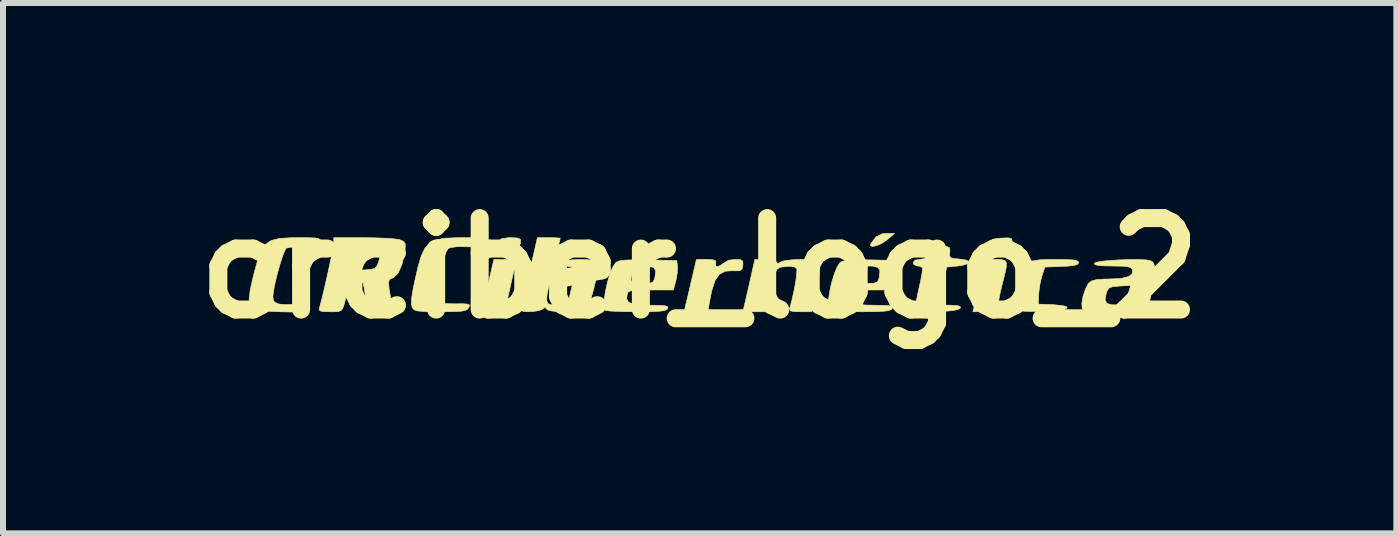
<source format=kicad_pcb>
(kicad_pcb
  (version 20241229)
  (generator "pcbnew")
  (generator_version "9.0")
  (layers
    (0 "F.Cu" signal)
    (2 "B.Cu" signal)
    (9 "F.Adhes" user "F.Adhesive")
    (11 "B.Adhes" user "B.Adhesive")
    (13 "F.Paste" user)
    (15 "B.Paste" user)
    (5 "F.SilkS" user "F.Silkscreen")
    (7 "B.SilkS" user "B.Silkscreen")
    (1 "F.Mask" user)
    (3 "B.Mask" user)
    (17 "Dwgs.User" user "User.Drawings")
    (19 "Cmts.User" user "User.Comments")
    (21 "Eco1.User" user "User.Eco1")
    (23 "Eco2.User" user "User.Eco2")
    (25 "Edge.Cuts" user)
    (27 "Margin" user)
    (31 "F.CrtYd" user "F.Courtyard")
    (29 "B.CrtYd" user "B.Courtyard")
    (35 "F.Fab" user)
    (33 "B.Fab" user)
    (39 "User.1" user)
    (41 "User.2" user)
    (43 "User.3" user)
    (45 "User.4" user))
  (footprint "crciber_logo_2"
    (layer "F.Cu")
    (at 8.607 1.418)
    (property "Reference" "crciber_logo_2" (at 0 0 0) (layer "F.SilkS") (effects (font (size 1.524 1.524) (thickness 0.3))))
    (attr through_hole)
    (fp_poly (pts (xy 3.248 -0.579) (xy 3.121 -0.472) (xy 3.035 -0.413) (xy 2.949 -0.375) (xy 2.88 -0.361) (xy 2.845 -0.375) (xy 2.852 -0.408) (xy 2.938 -0.521) (xy 3.042 -0.573) (xy 3.117 -0.58) (xy 3.248 -0.579)) (stroke (width 0.01) (type solid)) (fill yes) (layer "F.SilkS"))
    (fp_poly (pts (xy -3.04 -0.503) (xy -2.987 -0.481) (xy -2.982 -0.432) (xy -2.997 -0.384) (xy -3.038 -0.346) (xy -3.13 -0.328) (xy -3.197 -0.327) (xy -3.299 -0.333) (xy -3.363 -0.348) (xy -3.375 -0.36) (xy -3.358 -0.445) (xy -3.299 -0.491) (xy -3.185 -0.508) (xy -3.153 -0.508) (xy -3.04 -0.503)) (stroke (width 0.01) (type solid)) (fill yes) (layer "F.SilkS"))
    (fp_poly (pts (xy 5.191 -0.496) (xy 5.205 -0.466) (xy 5.198 -0.419) (xy 5.18 -0.364) (xy 5.141 -0.336) (xy 5.061 -0.327) (xy 5.001 -0.327) (xy 4.894 -0.329) (xy 4.843 -0.344) (xy 4.83 -0.378) (xy 4.833 -0.408) (xy 4.849 -0.458) (xy 4.893 -0.484) (xy 4.985 -0.498) (xy 5.03 -0.501) (xy 5.138 -0.505) (xy 5.191 -0.496)) (stroke (width 0.01) (type solid)) (fill yes) (layer "F.SilkS"))
    (fp_poly (pts (xy 5.029 -0.143) (xy 5.085 -0.129) (xy 5.11 -0.09) (xy 5.108 -0.016) (xy 5.082 0.107) (xy 5.044 0.254) (xy 5.009 0.4) (xy 4.983 0.53) (xy 4.972 0.62) (xy 4.972 0.626) (xy 4.968 0.682) (xy 4.944 0.712) (xy 4.884 0.724) (xy 4.77 0.726) (xy 4.762 0.726) (xy 4.552 0.726) (xy 4.658 0.29) (xy 4.763 -0.145) (xy 4.94 -0.145) (xy 5.029 -0.143)) (stroke (width 0.01) (type solid)) (fill yes) (layer "F.SilkS"))
    (fp_poly (pts (xy -3.12 -0.141) (xy -3.066 -0.126) (xy -3.059 -0.097) (xy -3.06 -0.094) (xy -3.075 -0.039) (xy -3.102 0.07) (xy -3.135 0.215) (xy -3.163 0.341) (xy -3.246 0.726) (xy -3.442 0.726) (xy -3.554 0.724) (xy -3.609 0.712) (xy -3.623 0.684) (xy -3.615 0.644) (xy -3.598 0.574) (xy -3.569 0.454) (xy -3.533 0.303) (xy -3.511 0.209) (xy -3.429 -0.145) (xy -3.235 -0.145) (xy -3.12 -0.141)) (stroke (width 0.01) (type solid)) (fill yes) (layer "F.SilkS"))
    (fp_poly (pts (xy 0.68 -0.141) (xy 0.717 -0.119) (xy 0.721 -0.064) (xy 0.719 -0.046) (xy 0.706 0.016) (xy 0.671 0.042) (xy 0.592 0.045) (xy 0.554 0.042) (xy 0.425 0.05) (xy 0.328 0.102) (xy 0.256 0.206) (xy 0.203 0.37) (xy 0.183 0.463) (xy 0.134 0.726) (xy -0.064 0.726) (xy -0.177 0.724) (xy -0.233 0.712) (xy -0.248 0.685) (xy -0.241 0.644) (xy -0.223 0.574) (xy -0.194 0.454) (xy -0.159 0.303) (xy -0.137 0.209) (xy -0.054 -0.145) (xy 0.117 -0.145) (xy 0.222 -0.14) (xy 0.268 -0.122) (xy 0.269 -0.094) (xy 0.266 -0.038) (xy 0.305 -0.024) (xy 0.365 -0.057) (xy 0.382 -0.073) (xy 0.483 -0.133) (xy 0.589 -0.145) (xy 0.68 -0.141)) (stroke (width 0.01) (type solid)) (fill yes) (layer "F.SilkS"))
    (fp_poly (pts (xy 6.093 -0.143) (xy 6.212 -0.138) (xy 6.28 -0.126) (xy 6.31 -0.107) (xy 6.314 -0.092) (xy 6.297 -0.064) (xy 6.237 -0.045) (xy 6.124 -0.033) (xy 6.033 -0.029) (xy 5.751 -0.018) (xy 5.703 0.127) (xy 5.67 0.262) (xy 5.65 0.409) (xy 5.648 0.435) (xy 5.642 0.599) (xy 5.89 0.609) (xy 6.032 0.621) (xy 6.108 0.639) (xy 6.123 0.664) (xy 6.081 0.687) (xy 5.973 0.704) (xy 5.796 0.715) (xy 5.708 0.718) (xy 5.525 0.721) (xy 5.401 0.717) (xy 5.323 0.706) (xy 5.277 0.686) (xy 5.261 0.671) (xy 5.24 0.63) (xy 5.236 0.568) (xy 5.25 0.468) (xy 5.282 0.316) (xy 5.327 0.135) (xy 5.375 0.009) (xy 5.439 -0.072) (xy 5.533 -0.118) (xy 5.67 -0.14) (xy 5.863 -0.145) (xy 5.913 -0.145) (xy 6.093 -0.143)) (stroke (width 0.01) (type solid)) (fill yes) (layer "F.SilkS"))
    (fp_poly (pts (xy 1.208 -0.136) (xy 1.273 -0.11) (xy 1.281 -0.1) (xy 1.305 -0.073) (xy 1.345 -0.1) (xy 1.404 -0.122) (xy 1.511 -0.137) (xy 1.643 -0.145) (xy 1.777 -0.145) (xy 1.888 -0.135) (xy 1.938 -0.123) (xy 1.981 -0.072) (xy 1.994 0.04) (xy 1.977 0.213) (xy 1.933 0.445) (xy 1.869 0.726) (xy 1.676 0.726) (xy 1.564 0.723) (xy 1.51 0.71) (xy 1.498 0.681) (xy 1.502 0.662) (xy 1.538 0.527) (xy 1.572 0.377) (xy 1.599 0.231) (xy 1.616 0.108) (xy 1.621 0.029) (xy 1.618 0.014) (xy 1.579 -0.022) (xy 1.489 -0.032) (xy 1.443 -0.029) (xy 1.343 -0.016) (xy 1.289 0.017) (xy 1.253 0.091) (xy 1.242 0.123) (xy 1.21 0.238) (xy 1.174 0.386) (xy 1.152 0.495) (xy 1.108 0.726) (xy 0.913 0.726) (xy 0.801 0.724) (xy 0.746 0.712) (xy 0.731 0.684) (xy 0.739 0.644) (xy 0.756 0.574) (xy 0.784 0.454) (xy 0.819 0.302) (xy 0.84 0.209) (xy 0.919 -0.145) (xy 1.092 -0.145) (xy 1.208 -0.136)) (stroke (width 0.01) (type solid)) (fill yes) (layer "F.SilkS"))
    (fp_poly (pts (xy 4.125 -0.359) (xy 4.164 -0.338) (xy 4.169 -0.285) (xy 4.166 -0.263) (xy 4.164 -0.203) (xy 4.188 -0.172) (xy 4.256 -0.158) (xy 4.329 -0.152) (xy 4.443 -0.135) (xy 4.489 -0.107) (xy 4.468 -0.076) (xy 4.382 -0.049) (xy 4.297 -0.036) (xy 4.118 -0.018) (xy 4.058 0.2) (xy 4.025 0.334) (xy 4.001 0.454) (xy 3.994 0.517) (xy 3.997 0.576) (xy 4.022 0.605) (xy 4.088 0.616) (xy 4.176 0.617) (xy 4.291 0.623) (xy 4.342 0.642) (xy 4.345 0.662) (xy 4.302 0.689) (xy 4.207 0.708) (xy 4.079 0.719) (xy 3.938 0.722) (xy 3.804 0.716) (xy 3.696 0.701) (xy 3.634 0.677) (xy 3.631 0.674) (xy 3.611 0.632) (xy 3.609 0.565) (xy 3.627 0.456) (xy 3.657 0.319) (xy 3.688 0.179) (xy 3.708 0.067) (xy 3.714 0.000286) (xy 3.712 -0.009) (xy 3.668 -0.032) (xy 3.626 -0.036) (xy 3.569 -0.06) (xy 3.556 -0.091) (xy 3.588 -0.134) (xy 3.665 -0.145) (xy 3.75 -0.161) (xy 3.774 -0.197) (xy 3.807 -0.281) (xy 3.895 -0.339) (xy 4.024 -0.363) (xy 4.033 -0.363) (xy 4.125 -0.359)) (stroke (width 0.01) (type solid)) (fill yes) (layer "F.SilkS"))
    (fp_poly (pts (xy -3.785 -0.507) (xy -3.679 -0.502) (xy -3.623 -0.491) (xy -3.603 -0.472) (xy -3.607 -0.451) (xy -3.626 -0.387) (xy -3.628 -0.369) (xy -3.662 -0.359) (xy -3.749 -0.354) (xy -3.872 -0.356) (xy -3.884 -0.357) (xy -4.04 -0.358) (xy -4.149 -0.344) (xy -4.19 -0.327) (xy -4.223 -0.272) (xy -4.261 -0.167) (xy -4.301 -0.028) (xy -4.338 0.127) (xy -4.37 0.281) (xy -4.391 0.416) (xy -4.399 0.515) (xy -4.39 0.559) (xy -4.335 0.578) (xy -4.229 0.591) (xy -4.09 0.594) (xy -4.081 0.594) (xy -3.945 0.593) (xy -3.868 0.598) (xy -3.837 0.613) (xy -3.84 0.641) (xy -3.849 0.658) (xy -3.871 0.687) (xy -3.911 0.706) (xy -3.981 0.718) (xy -4.094 0.724) (xy -4.262 0.726) (xy -4.318 0.726) (xy -4.503 0.725) (xy -4.629 0.72) (xy -4.709 0.711) (xy -4.755 0.694) (xy -4.782 0.667) (xy -4.789 0.655) (xy -4.803 0.596) (xy -4.799 0.499) (xy -4.775 0.352) (xy -4.75 0.228) (xy -4.693 -0.019) (xy -4.639 -0.204) (xy -4.577 -0.335) (xy -4.497 -0.422) (xy -4.39 -0.474) (xy -4.246 -0.499) (xy -4.055 -0.507) (xy -3.952 -0.508) (xy -3.785 -0.507)) (stroke (width 0.01) (type solid)) (fill yes) (layer "F.SilkS"))
    (fp_poly (pts (xy -6.51 -0.507) (xy -6.405 -0.503) (xy -6.346 -0.492) (xy -6.32 -0.472) (xy -6.314 -0.439) (xy -6.314 -0.426) (xy -6.318 -0.384) (xy -6.341 -0.361) (xy -6.399 -0.352) (xy -6.506 -0.352) (xy -6.577 -0.355) (xy -6.713 -0.355) (xy -6.823 -0.348) (xy -6.886 -0.334) (xy -6.888 -0.333) (xy -6.916 -0.286) (xy -6.954 -0.185) (xy -6.997 -0.05) (xy -7.039 0.102) (xy -7.075 0.252) (xy -7.101 0.383) (xy -7.111 0.477) (xy -7.111 0.478) (xy -7.097 0.551) (xy -7.04 0.589) (xy -7.002 0.599) (xy -6.899 0.608) (xy -6.767 0.604) (xy -6.706 0.598) (xy -6.598 0.585) (xy -6.547 0.589) (xy -6.538 0.613) (xy -6.544 0.634) (xy -6.564 0.694) (xy -6.568 0.711) (xy -6.601 0.722) (xy -6.69 0.728) (xy -6.818 0.73) (xy -6.968 0.727) (xy -7.123 0.721) (xy -7.268 0.713) (xy -7.384 0.701) (xy -7.455 0.688) (xy -7.468 0.682) (xy -7.5 0.622) (xy -7.507 0.523) (xy -7.49 0.377) (xy -7.447 0.175) (xy -7.423 0.081) (xy -7.363 -0.137) (xy -7.304 -0.293) (xy -7.232 -0.398) (xy -7.136 -0.462) (xy -7.001 -0.495) (xy -6.816 -0.507) (xy -6.674 -0.508) (xy -6.51 -0.507)) (stroke (width 0.01) (type solid)) (fill yes) (layer "F.SilkS"))
    (fp_poly (pts (xy -2.406 -0.506) (xy -2.337 -0.502) (xy -2.323 -0.499) (xy -2.331 -0.462) (xy -2.354 -0.376) (xy -2.376 -0.292) (xy -2.406 -0.161) (xy -2.409 -0.091) (xy -2.383 -0.073) (xy -2.324 -0.099) (xy -2.321 -0.101) (xy -2.247 -0.124) (xy -2.127 -0.139) (xy -1.989 -0.145) (xy -1.861 -0.141) (xy -1.768 -0.125) (xy -1.763 -0.123) (xy -1.72 -0.075) (xy -1.708 0.026) (xy -1.728 0.185) (xy -1.764 0.343) (xy -1.814 0.514) (xy -1.871 0.625) (xy -1.952 0.689) (xy -2.072 0.719) (xy -2.248 0.726) (xy -2.248 0.726) (xy -2.416 0.72) (xy -2.516 0.704) (xy -2.551 0.68) (xy -2.575 0.653) (xy -2.615 0.68) (xy -2.671 0.705) (xy -2.76 0.72) (xy -2.858 0.726) (xy -2.938 0.72) (xy -2.975 0.701) (xy -2.976 0.699) (xy -2.968 0.656) (xy -2.946 0.555) (xy -2.944 0.541) (xy -2.549 0.541) (xy -2.525 0.593) (xy -2.464 0.611) (xy -2.365 0.61) (xy -2.197 0.599) (xy -2.133 0.327) (xy -2.104 0.191) (xy -2.087 0.079) (xy -2.084 0.014) (xy -2.086 0.009) (xy -2.13 -0.021) (xy -2.221 -0.036) (xy -2.244 -0.036) (xy -2.338 -0.03) (xy -2.402 -0.001) (xy -2.447 0.063) (xy -2.484 0.176) (xy -2.512 0.29) (xy -2.543 0.445) (xy -2.549 0.541) (xy -2.944 0.541) (xy -2.914 0.407) (xy -2.873 0.226) (xy -2.84 0.082) (xy -2.703 -0.508) (xy -2.513 -0.508) (xy -2.406 -0.506)) (stroke (width 0.01) (type solid)) (fill yes) (layer "F.SilkS"))
    (fp_poly (pts (xy -0.884 -0.138) (xy -0.853 -0.137) (xy -0.381 -0.127) (xy -0.37 -0.03) (xy -0.372 0.069) (xy -0.392 0.189) (xy -0.398 0.215) (xy -0.438 0.363) (xy -0.814 0.363) (xy -0.984 0.364) (xy -1.095 0.369) (xy -1.16 0.381) (xy -1.193 0.402) (xy -1.207 0.43) (xy -1.216 0.511) (xy -1.187 0.565) (xy -1.112 0.598) (xy -0.981 0.614) (xy -0.834 0.617) (xy -0.679 0.619) (xy -0.584 0.625) (xy -0.538 0.639) (xy -0.528 0.662) (xy -0.531 0.671) (xy -0.552 0.694) (xy -0.6 0.709) (xy -0.688 0.719) (xy -0.825 0.724) (xy -1.022 0.726) (xy -1.05 0.726) (xy -1.233 0.724) (xy -1.39 0.719) (xy -1.506 0.713) (xy -1.567 0.704) (xy -1.572 0.702) (xy -1.592 0.638) (xy -1.59 0.527) (xy -1.57 0.385) (xy -1.536 0.233) (xy -1.515 0.164) (xy -1.143 0.164) (xy -1.141 0.22) (xy -1.14 0.222) (xy -1.095 0.241) (xy -1.003 0.252) (xy -0.944 0.254) (xy -0.837 0.251) (xy -0.781 0.233) (xy -0.755 0.188) (xy -0.744 0.146) (xy -0.733 0.045) (xy -0.765 -0.011) (xy -0.849 -0.034) (xy -0.924 -0.036) (xy -1.025 -0.031) (xy -1.08 -0.005) (xy -1.113 0.055) (xy -1.121 0.077) (xy -1.143 0.164) (xy -1.515 0.164) (xy -1.493 0.09) (xy -1.445 -0.026) (xy -1.395 -0.096) (xy -1.391 -0.099) (xy -1.338 -0.121) (xy -1.242 -0.134) (xy -1.094 -0.139) (xy -0.884 -0.138)) (stroke (width 0.01) (type solid)) (fill yes) (layer "F.SilkS"))
    (fp_poly (pts (xy 2.853 -0.138) (xy 2.884 -0.137) (xy 3.356 -0.127) (xy 3.368 -0.03) (xy 3.365 0.069) (xy 3.345 0.189) (xy 3.339 0.215) (xy 3.299 0.363) (xy 2.924 0.363) (xy 2.754 0.364) (xy 2.643 0.369) (xy 2.577 0.381) (xy 2.544 0.402) (xy 2.531 0.43) (xy 2.522 0.511) (xy 2.55 0.565) (xy 2.625 0.598) (xy 2.756 0.614) (xy 2.904 0.617) (xy 3.059 0.619) (xy 3.154 0.625) (xy 3.2 0.639) (xy 3.209 0.662) (xy 3.206 0.671) (xy 3.186 0.694) (xy 3.137 0.709) (xy 3.05 0.719) (xy 2.913 0.724) (xy 2.715 0.726) (xy 2.687 0.726) (xy 2.504 0.724) (xy 2.348 0.719) (xy 2.232 0.713) (xy 2.17 0.704) (xy 2.165 0.702) (xy 2.145 0.638) (xy 2.147 0.527) (xy 2.167 0.385) (xy 2.201 0.233) (xy 2.222 0.164) (xy 2.595 0.164) (xy 2.596 0.22) (xy 2.597 0.222) (xy 2.642 0.241) (xy 2.734 0.252) (xy 2.793 0.254) (xy 2.9 0.251) (xy 2.956 0.233) (xy 2.983 0.188) (xy 2.993 0.146) (xy 3.004 0.045) (xy 2.973 -0.011) (xy 2.888 -0.034) (xy 2.814 -0.036) (xy 2.712 -0.031) (xy 2.658 -0.005) (xy 2.624 0.055) (xy 2.617 0.077) (xy 2.595 0.164) (xy 2.222 0.164) (xy 2.245 0.09) (xy 2.293 -0.026) (xy 2.342 -0.096) (xy 2.346 -0.099) (xy 2.399 -0.121) (xy 2.495 -0.134) (xy 2.643 -0.139) (xy 2.853 -0.138)) (stroke (width 0.01) (type solid)) (fill yes) (layer "F.SilkS"))
    (fp_poly (pts (xy 7.315 -0.144) (xy 7.437 -0.138) (xy 7.502 -0.128) (xy 7.551 -0.101) (xy 7.577 -0.046) (xy 7.582 0.049) (xy 7.566 0.193) (xy 7.528 0.396) (xy 7.522 0.426) (xy 7.46 0.726) (xy 7.286 0.726) (xy 7.185 0.719) (xy 7.122 0.702) (xy 7.112 0.689) (xy 7.083 0.657) (xy 7.058 0.653) (xy 7.009 0.673) (xy 7.003 0.689) (xy 6.969 0.707) (xy 6.875 0.72) (xy 6.735 0.725) (xy 6.699 0.726) (xy 6.543 0.723) (xy 6.446 0.714) (xy 6.393 0.695) (xy 6.372 0.667) (xy 6.367 0.586) (xy 6.378 0.522) (xy 6.754 0.522) (xy 6.783 0.587) (xy 6.871 0.611) (xy 6.938 0.61) (xy 7.034 0.598) (xy 7.087 0.567) (xy 7.12 0.496) (xy 7.136 0.443) (xy 7.181 0.287) (xy 6.995 0.298) (xy 6.883 0.308) (xy 6.821 0.331) (xy 6.788 0.377) (xy 6.776 0.409) (xy 6.754 0.522) (xy 6.378 0.522) (xy 6.387 0.47) (xy 6.427 0.351) (xy 6.475 0.258) (xy 6.486 0.245) (xy 6.534 0.21) (xy 6.611 0.191) (xy 6.735 0.182) (xy 6.82 0.181) (xy 7.02 0.171) (xy 7.15 0.139) (xy 7.212 0.085) (xy 7.21 0.023) (xy 7.186 -0.006) (xy 7.132 -0.025) (xy 7.035 -0.034) (xy 6.881 -0.036) (xy 6.874 -0.036) (xy 6.716 -0.039) (xy 6.62 -0.049) (xy 6.579 -0.066) (xy 6.577 -0.082) (xy 6.616 -0.1) (xy 6.712 -0.116) (xy 6.846 -0.129) (xy 7.003 -0.138) (xy 7.164 -0.144) (xy 7.315 -0.144)) (stroke (width 0.01) (type solid)) (fill yes) (layer "F.SilkS"))
    (fp_poly (pts (xy -5.398 -0.505) (xy -5.224 -0.498) (xy -5.085 -0.488) (xy -4.999 -0.475) (xy -4.988 -0.471) (xy -4.93 -0.444) (xy -4.905 -0.404) (xy -4.907 -0.33) (xy -4.916 -0.262) (xy -4.96 -0.062) (xy -5.022 0.08) (xy -5.099 0.156) (xy -5.117 0.164) (xy -5.154 0.179) (xy -5.176 0.204) (xy -5.183 0.252) (xy -5.175 0.336) (xy -5.153 0.47) (xy -5.131 0.592) (xy -5.106 0.73) (xy -5.32 0.719) (xy -5.534 0.708) (xy -5.57 0.454) (xy -5.591 0.321) (xy -5.611 0.244) (xy -5.64 0.207) (xy -5.686 0.192) (xy -5.718 0.189) (xy -5.781 0.186) (xy -5.819 0.206) (xy -5.845 0.263) (xy -5.871 0.373) (xy -5.875 0.388) (xy -5.908 0.544) (xy -5.935 0.643) (xy -5.966 0.698) (xy -6.013 0.721) (xy -6.085 0.726) (xy -6.155 0.726) (xy -6.269 0.723) (xy -6.326 0.711) (xy -6.34 0.684) (xy -6.335 0.662) (xy -6.308 0.563) (xy -6.272 0.42) (xy -6.233 0.251) (xy -6.192 0.071) (xy -6.174 -0.013) (xy -5.767 -0.013) (xy -5.731 0.024) (xy -5.648 0.032) (xy -5.579 0.029) (xy -5.467 0.02) (xy -5.405 -0.001) (xy -5.369 -0.05) (xy -5.338 -0.14) (xy -5.312 -0.252) (xy -5.326 -0.319) (xy -5.392 -0.352) (xy -5.517 -0.362) (xy -5.541 -0.362) (xy -5.639 -0.358) (xy -5.69 -0.332) (xy -5.72 -0.265) (xy -5.731 -0.227) (xy -5.765 -0.092) (xy -5.767 -0.013) (xy -6.174 -0.013) (xy -6.155 -0.102) (xy -6.124 -0.253) (xy -6.103 -0.365) (xy -6.096 -0.42) (xy -6.096 -0.508) (xy -5.59 -0.508) (xy -5.398 -0.505)) (stroke (width 0.01) (type solid)) (fill yes) (layer "F.SilkS")))
  (gr_rect
    (start -3 -3)
    (end 20.214 5.836)
    (stroke (width 0.1) (type default))
    (fill no)
    (layer "Edge.Cuts")))
</source>
